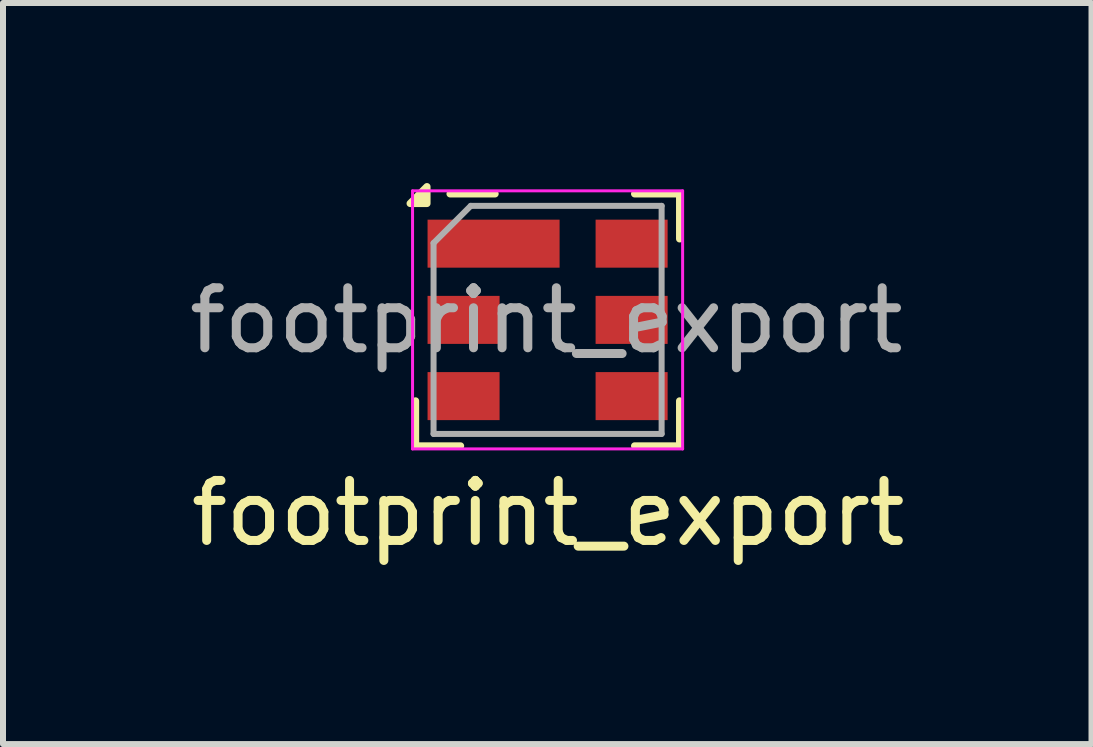
<source format=kicad_pcb>
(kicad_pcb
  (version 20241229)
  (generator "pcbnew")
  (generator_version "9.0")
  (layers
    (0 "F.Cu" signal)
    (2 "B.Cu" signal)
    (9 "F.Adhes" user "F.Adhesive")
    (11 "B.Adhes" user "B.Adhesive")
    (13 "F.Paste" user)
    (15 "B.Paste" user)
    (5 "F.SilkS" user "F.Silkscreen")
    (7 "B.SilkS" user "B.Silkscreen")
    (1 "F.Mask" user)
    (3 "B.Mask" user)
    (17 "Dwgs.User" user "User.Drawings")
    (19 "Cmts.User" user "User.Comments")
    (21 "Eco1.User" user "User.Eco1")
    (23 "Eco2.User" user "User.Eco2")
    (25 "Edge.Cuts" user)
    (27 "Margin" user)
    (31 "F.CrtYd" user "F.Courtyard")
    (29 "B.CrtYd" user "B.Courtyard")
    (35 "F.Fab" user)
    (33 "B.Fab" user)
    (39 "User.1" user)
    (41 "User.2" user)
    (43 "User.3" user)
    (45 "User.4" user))
  (footprint "footprint_export"
    (layer "F.Cu")
    (at 6.074 2.28)
    (property "Reference" "footprint_export" (at 0.01 3.22 0) (layer "F.SilkS") (effects (font (size 1 1) (thickness 0.15))))
    (attr smd)
    (fp_line (start -2.2 2.1) (end -2.2 1.35) (stroke (width 0.12) (type solid)) (layer "F.SilkS"))
    (fp_line (start -2.2 2.1) (end -1.45 2.1) (stroke (width 0.12) (type solid)) (layer "F.SilkS"))
    (fp_line (start -1.625 -2.1) (end -0.875 -2.1) (stroke (width 0.12) (type solid)) (layer "F.SilkS"))
    (fp_line (start 2.2 -2.1) (end 1.45 -2.1) (stroke (width 0.12) (type solid)) (layer "F.SilkS"))
    (fp_line (start 2.2 -2.1) (end 2.2 -1.35) (stroke (width 0.12) (type solid)) (layer "F.SilkS"))
    (fp_line (start 2.2 2.1) (end 1.45 2.1) (stroke (width 0.12) (type solid)) (layer "F.SilkS"))
    (fp_line (start 2.2 2.1) (end 2.2 1.35) (stroke (width 0.12) (type solid)) (layer "F.SilkS"))
    (fp_poly (pts (xy -2.01 -1.94) (xy -2.29 -1.94) (xy -2.01 -2.22) (xy -2.01 -1.94)) (stroke (width 0.12) (type solid)) (fill yes) (layer "F.SilkS"))
    (fp_line (start -2.25 -2.15) (end 2.25 -2.15) (stroke (width 0.05) (type solid)) (layer "F.CrtYd"))
    (fp_line (start -2.25 2.15) (end -2.25 -2.15) (stroke (width 0.05) (type solid)) (layer "F.CrtYd"))
    (fp_line (start 2.25 -2.15) (end 2.25 2.15) (stroke (width 0.05) (type solid)) (layer "F.CrtYd"))
    (fp_line (start 2.25 2.15) (end -2.25 2.15) (stroke (width 0.05) (type solid)) (layer "F.CrtYd"))
    (fp_line (start -1.9 1.9) (end -1.9 -1.28) (stroke (width 0.1) (type solid)) (layer "F.Fab"))
    (fp_line (start -1.28 -1.9) (end -1.9 -1.28) (stroke (width 0.1) (type solid)) (layer "F.Fab"))
    (fp_line (start -1.28 -1.9) (end 1.9 -1.9) (stroke (width 0.1) (type solid)) (layer "F.Fab"))
    (fp_line (start 1.9 -1.9) (end 1.9 1.9) (stroke (width 0.1) (type solid)) (layer "F.Fab"))
    (fp_line (start 1.9 1.9) (end -1.9 1.9) (stroke (width 0.1) (type solid)) (layer "F.Fab"))
    (fp_text user "${REFERENCE}" (at -0.02 0.01 0) (layer "F.Fab") (effects (font (size 1 1) (thickness 0.15))))
    (pad "1" smd rect (at -0.9 -1.27) (size 2.2 0.8) (layers "F.Cu" "F.Mask" "F.Paste"))
    (pad "2" smd rect (at -1.4 0) (size 1.2 0.8) (layers "F.Cu" "F.Mask" "F.Paste"))
    (pad "3" smd rect (at -1.4 1.27) (size 1.2 0.8) (layers "F.Cu" "F.Mask" "F.Paste"))
    (pad "4" smd rect (at 1.4 1.27) (size 1.2 0.8) (layers "F.Cu" "F.Mask" "F.Paste"))
    (pad "5" smd rect (at 1.4 0) (size 1.2 0.8) (layers "F.Cu" "F.Mask" "F.Paste"))
    (pad "6" smd rect (at 1.4 -1.27) (size 1.2 0.8) (layers "F.Cu" "F.Mask" "F.Paste")))
  (gr_rect
    (start -3 -3)
    (end 15.137 9.348)
    (stroke (width 0.1) (type default))
    (fill no)
    (layer "Edge.Cuts")))
</source>
